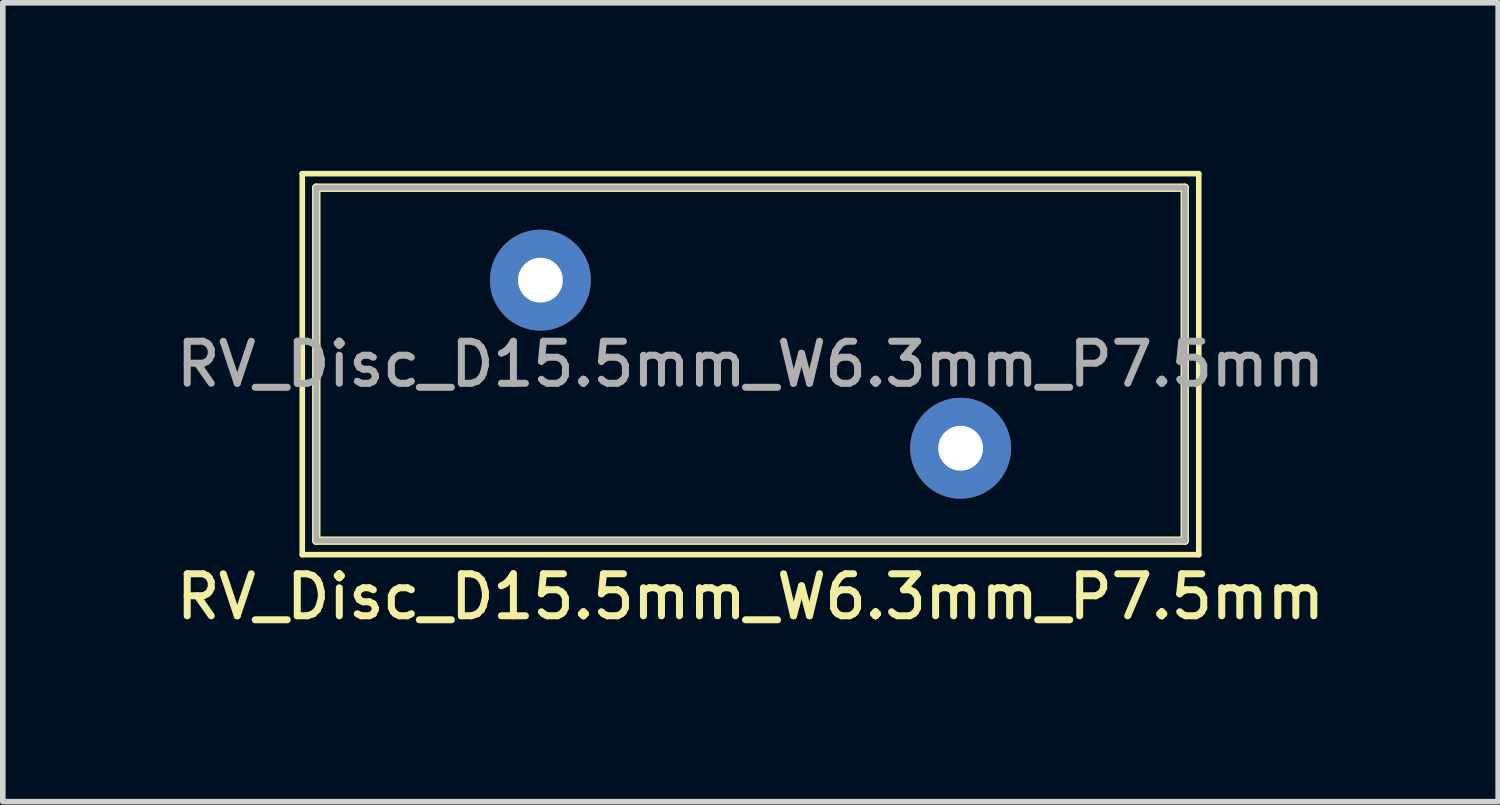
<source format=kicad_pcb>
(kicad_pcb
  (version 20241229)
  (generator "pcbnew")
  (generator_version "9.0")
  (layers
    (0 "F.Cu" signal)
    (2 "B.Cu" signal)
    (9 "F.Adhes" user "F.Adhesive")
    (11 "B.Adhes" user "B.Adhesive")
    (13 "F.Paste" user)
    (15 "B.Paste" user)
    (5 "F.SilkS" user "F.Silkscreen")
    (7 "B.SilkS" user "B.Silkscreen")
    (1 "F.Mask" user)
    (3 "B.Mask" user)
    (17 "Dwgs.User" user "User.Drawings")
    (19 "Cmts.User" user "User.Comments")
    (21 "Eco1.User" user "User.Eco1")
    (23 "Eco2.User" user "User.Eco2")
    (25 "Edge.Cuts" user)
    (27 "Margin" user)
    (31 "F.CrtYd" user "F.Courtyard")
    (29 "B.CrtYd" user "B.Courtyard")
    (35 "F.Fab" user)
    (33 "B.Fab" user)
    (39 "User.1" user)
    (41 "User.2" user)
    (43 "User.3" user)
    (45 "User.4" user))
  (footprint "RV_Disc_D15.5mm_W6.3mm_P7.5mm"
    (layer "F.Cu")
    (at 6.595 1.95)
    (property "Reference" "RV_Disc_D15.5mm_W6.3mm_P7.5mm" (at 3.75 5.65 0) (layer "F.SilkS") (effects (font (size 0.75 0.75) (thickness 0.125))))
    (attr through_hole)
    (fp_line (start -4.25 -1.9) (end -4.25 4.9) (stroke (width 0.1) (type solid)) (layer "F.SilkS"))
    (fp_line (start -4.25 -1.9) (end 11.75 -1.9) (stroke (width 0.1) (type solid)) (layer "F.SilkS"))
    (fp_line (start -4.25 4.9) (end 11.75 4.9) (stroke (width 0.1) (type solid)) (layer "F.SilkS"))
    (fp_line (start -4 -1.65) (end -4 4.65) (stroke (width 0.15) (type solid)) (layer "F.SilkS"))
    (fp_line (start -4 -1.65) (end 11.5 -1.65) (stroke (width 0.15) (type solid)) (layer "F.SilkS"))
    (fp_line (start -4 4.65) (end 11.5 4.65) (stroke (width 0.15) (type solid)) (layer "F.SilkS"))
    (fp_line (start 11.5 -1.65) (end 11.5 4.65) (stroke (width 0.15) (type solid)) (layer "F.SilkS"))
    (fp_line (start 11.75 -1.9) (end 11.75 4.9) (stroke (width 0.1) (type solid)) (layer "F.SilkS"))
    (fp_line (start -4 -1.65) (end -4 4.65) (stroke (width 0.1) (type solid)) (layer "F.Fab"))
    (fp_line (start -4 -1.65) (end 11.5 -1.65) (stroke (width 0.1) (type solid)) (layer "F.Fab"))
    (fp_line (start -4 4.65) (end 11.5 4.65) (stroke (width 0.1) (type solid)) (layer "F.Fab"))
    (fp_line (start 11.5 -1.65) (end 11.5 4.65) (stroke (width 0.1) (type solid)) (layer "F.Fab"))
    (fp_text user "${REFERENCE}" (at 3.75 1.5 0) (layer "F.Fab") (effects (font (size 0.75 0.75) (thickness 0.125))))
    (pad "1" thru_hole circle (at 0 0) (size 1.8 1.8) (drill 0.8) (layers "*.Cu" "*.Mask"))
    (pad "2" thru_hole circle (at 7.5 3) (size 1.8 1.8) (drill 0.8) (layers "*.Cu" "*.Mask")))
  (gr_rect
    (start -3 -3)
    (end 23.689 11.258)
    (stroke (width 0.1) (type default))
    (fill no)
    (layer "Edge.Cuts")))
</source>
